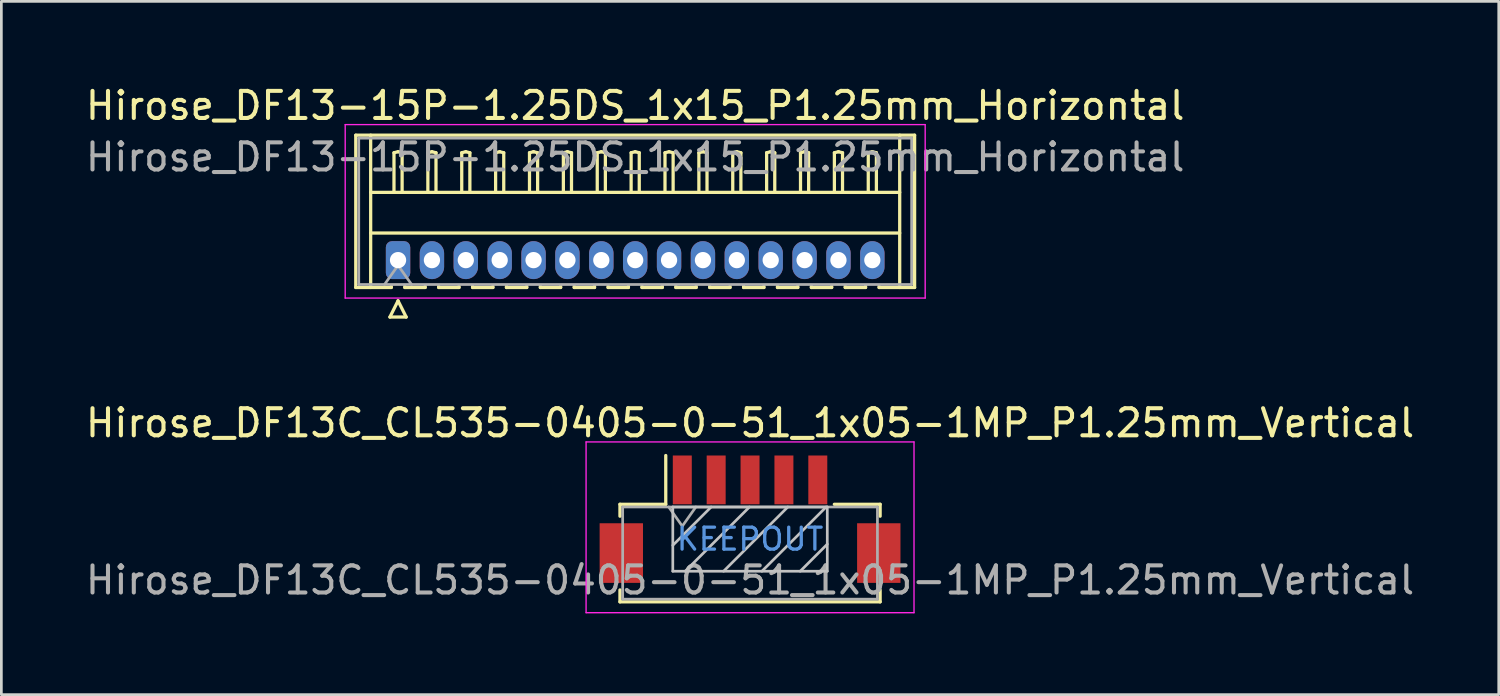
<source format=kicad_pcb>
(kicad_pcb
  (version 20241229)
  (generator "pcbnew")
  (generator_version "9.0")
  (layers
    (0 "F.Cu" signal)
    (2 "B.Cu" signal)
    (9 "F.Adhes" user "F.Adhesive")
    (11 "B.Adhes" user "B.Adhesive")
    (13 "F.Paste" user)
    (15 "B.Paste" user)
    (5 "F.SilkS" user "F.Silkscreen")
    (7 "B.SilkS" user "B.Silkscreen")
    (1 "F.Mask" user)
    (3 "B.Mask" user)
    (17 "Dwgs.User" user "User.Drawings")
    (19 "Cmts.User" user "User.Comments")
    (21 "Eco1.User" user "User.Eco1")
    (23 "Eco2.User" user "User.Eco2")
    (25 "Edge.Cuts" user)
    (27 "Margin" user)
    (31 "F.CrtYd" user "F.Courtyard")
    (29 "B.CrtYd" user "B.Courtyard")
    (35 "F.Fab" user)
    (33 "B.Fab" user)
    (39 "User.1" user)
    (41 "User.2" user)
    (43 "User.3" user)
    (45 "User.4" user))
  (footprint "Hirose_DF13-15P-1.25DS_1x15_P1.25mm_Horizontal"
    (layer "F.Cu")
    (at 11.637 6.548)
    (property "Reference" "Hirose_DF13-15P-1.25DS_1x15_P1.25mm_Horizontal" (at 8.75 -5.7 0) (layer "F.SilkS") (effects (font (size 1 1) (thickness 0.15))))
    (attr through_hole)
    (fp_line (start -1.56 -4.61) (end 19.06 -4.61) (stroke (width 0.12) (type solid)) (layer "F.SilkS"))
    (fp_line (start -1.56 1.01) (end -1.56 -4.61) (stroke (width 0.12) (type solid)) (layer "F.SilkS"))
    (fp_line (start -1.01 -4.61) (end -1.01 1.01) (stroke (width 0.12) (type solid)) (layer "F.SilkS"))
    (fp_line (start -1.01 -2.5) (end 18.51 -2.5) (stroke (width 0.12) (type solid)) (layer "F.SilkS"))
    (fp_line (start -1.01 -1) (end 18.51 -1) (stroke (width 0.12) (type solid)) (layer "F.SilkS"))
    (fp_line (start -0.3 2.1) (end 0.3 2.1) (stroke (width 0.12) (type solid)) (layer "F.SilkS"))
    (fp_line (start -0.25 0.96) (end -0.25 1.01) (stroke (width 0.12) (type solid)) (layer "F.SilkS"))
    (fp_line (start -0.25 1.01) (end -1.56 1.01) (stroke (width 0.12) (type solid)) (layer "F.SilkS"))
    (fp_line (start -0.15 -3.962) (end 0 -4) (stroke (width 0.12) (type solid)) (layer "F.SilkS"))
    (fp_line (start -0.15 -2.5) (end -0.15 -3.962) (stroke (width 0.12) (type solid)) (layer "F.SilkS"))
    (fp_line (start 0 -4) (end 0.15 -3.962) (stroke (width 0.12) (type solid)) (layer "F.SilkS"))
    (fp_line (start 0 1.5) (end -0.3 2.1) (stroke (width 0.12) (type solid)) (layer "F.SilkS"))
    (fp_line (start 0.15 -3.962) (end 0.15 -2.5) (stroke (width 0.12) (type solid)) (layer "F.SilkS"))
    (fp_line (start 0.25 0.96) (end 0.25 1.01) (stroke (width 0.12) (type solid)) (layer "F.SilkS"))
    (fp_line (start 0.25 1.01) (end 1 1.01) (stroke (width 0.12) (type solid)) (layer "F.SilkS"))
    (fp_line (start 0.3 2.1) (end 0 1.5) (stroke (width 0.12) (type solid)) (layer "F.SilkS"))
    (fp_line (start 1 1.01) (end 1 0.96) (stroke (width 0.12) (type solid)) (layer "F.SilkS"))
    (fp_line (start 1.1 -3.962) (end 1.25 -4) (stroke (width 0.12) (type solid)) (layer "F.SilkS"))
    (fp_line (start 1.1 -2.5) (end 1.1 -3.962) (stroke (width 0.12) (type solid)) (layer "F.SilkS"))
    (fp_line (start 1.25 -4) (end 1.4 -3.962) (stroke (width 0.12) (type solid)) (layer "F.SilkS"))
    (fp_line (start 1.4 -3.962) (end 1.4 -2.5) (stroke (width 0.12) (type solid)) (layer "F.SilkS"))
    (fp_line (start 1.5 0.96) (end 1.5 1.01) (stroke (width 0.12) (type solid)) (layer "F.SilkS"))
    (fp_line (start 1.5 1.01) (end 2.25 1.01) (stroke (width 0.12) (type solid)) (layer "F.SilkS"))
    (fp_line (start 2.25 1.01) (end 2.25 0.96) (stroke (width 0.12) (type solid)) (layer "F.SilkS"))
    (fp_line (start 2.35 -3.962) (end 2.5 -4) (stroke (width 0.12) (type solid)) (layer "F.SilkS"))
    (fp_line (start 2.35 -2.5) (end 2.35 -3.962) (stroke (width 0.12) (type solid)) (layer "F.SilkS"))
    (fp_line (start 2.5 -4) (end 2.65 -3.962) (stroke (width 0.12) (type solid)) (layer "F.SilkS"))
    (fp_line (start 2.65 -3.962) (end 2.65 -2.5) (stroke (width 0.12) (type solid)) (layer "F.SilkS"))
    (fp_line (start 2.75 0.96) (end 2.75 1.01) (stroke (width 0.12) (type solid)) (layer "F.SilkS"))
    (fp_line (start 2.75 1.01) (end 3.5 1.01) (stroke (width 0.12) (type solid)) (layer "F.SilkS"))
    (fp_line (start 3.5 1.01) (end 3.5 0.96) (stroke (width 0.12) (type solid)) (layer "F.SilkS"))
    (fp_line (start 3.6 -3.962) (end 3.75 -4) (stroke (width 0.12) (type solid)) (layer "F.SilkS"))
    (fp_line (start 3.6 -2.5) (end 3.6 -3.962) (stroke (width 0.12) (type solid)) (layer "F.SilkS"))
    (fp_line (start 3.75 -4) (end 3.9 -3.962) (stroke (width 0.12) (type solid)) (layer "F.SilkS"))
    (fp_line (start 3.9 -3.962) (end 3.9 -2.5) (stroke (width 0.12) (type solid)) (layer "F.SilkS"))
    (fp_line (start 4 0.96) (end 4 1.01) (stroke (width 0.12) (type solid)) (layer "F.SilkS"))
    (fp_line (start 4 1.01) (end 4.75 1.01) (stroke (width 0.12) (type solid)) (layer "F.SilkS"))
    (fp_line (start 4.75 1.01) (end 4.75 0.96) (stroke (width 0.12) (type solid)) (layer "F.SilkS"))
    (fp_line (start 4.85 -3.962) (end 5 -4) (stroke (width 0.12) (type solid)) (layer "F.SilkS"))
    (fp_line (start 4.85 -2.5) (end 4.85 -3.962) (stroke (width 0.12) (type solid)) (layer "F.SilkS"))
    (fp_line (start 5 -4) (end 5.15 -3.962) (stroke (width 0.12) (type solid)) (layer "F.SilkS"))
    (fp_line (start 5.15 -3.962) (end 5.15 -2.5) (stroke (width 0.12) (type solid)) (layer "F.SilkS"))
    (fp_line (start 5.25 0.96) (end 5.25 1.01) (stroke (width 0.12) (type solid)) (layer "F.SilkS"))
    (fp_line (start 5.25 1.01) (end 6 1.01) (stroke (width 0.12) (type solid)) (layer "F.SilkS"))
    (fp_line (start 6 1.01) (end 6 0.96) (stroke (width 0.12) (type solid)) (layer "F.SilkS"))
    (fp_line (start 6.1 -3.962) (end 6.25 -4) (stroke (width 0.12) (type solid)) (layer "F.SilkS"))
    (fp_line (start 6.1 -2.5) (end 6.1 -3.962) (stroke (width 0.12) (type solid)) (layer "F.SilkS"))
    (fp_line (start 6.25 -4) (end 6.4 -3.962) (stroke (width 0.12) (type solid)) (layer "F.SilkS"))
    (fp_line (start 6.4 -3.962) (end 6.4 -2.5) (stroke (width 0.12) (type solid)) (layer "F.SilkS"))
    (fp_line (start 6.5 0.96) (end 6.5 1.01) (stroke (width 0.12) (type solid)) (layer "F.SilkS"))
    (fp_line (start 6.5 1.01) (end 7.25 1.01) (stroke (width 0.12) (type solid)) (layer "F.SilkS"))
    (fp_line (start 7.25 1.01) (end 7.25 0.96) (stroke (width 0.12) (type solid)) (layer "F.SilkS"))
    (fp_line (start 7.35 -3.962) (end 7.5 -4) (stroke (width 0.12) (type solid)) (layer "F.SilkS"))
    (fp_line (start 7.35 -2.5) (end 7.35 -3.962) (stroke (width 0.12) (type solid)) (layer "F.SilkS"))
    (fp_line (start 7.5 -4) (end 7.65 -3.962) (stroke (width 0.12) (type solid)) (layer "F.SilkS"))
    (fp_line (start 7.65 -3.962) (end 7.65 -2.5) (stroke (width 0.12) (type solid)) (layer "F.SilkS"))
    (fp_line (start 7.75 0.96) (end 7.75 1.01) (stroke (width 0.12) (type solid)) (layer "F.SilkS"))
    (fp_line (start 7.75 1.01) (end 8.5 1.01) (stroke (width 0.12) (type solid)) (layer "F.SilkS"))
    (fp_line (start 8.5 1.01) (end 8.5 0.96) (stroke (width 0.12) (type solid)) (layer "F.SilkS"))
    (fp_line (start 8.6 -3.962) (end 8.75 -4) (stroke (width 0.12) (type solid)) (layer "F.SilkS"))
    (fp_line (start 8.6 -2.5) (end 8.6 -3.962) (stroke (width 0.12) (type solid)) (layer "F.SilkS"))
    (fp_line (start 8.75 -4) (end 8.9 -3.962) (stroke (width 0.12) (type solid)) (layer "F.SilkS"))
    (fp_line (start 8.9 -3.962) (end 8.9 -2.5) (stroke (width 0.12) (type solid)) (layer "F.SilkS"))
    (fp_line (start 9 0.96) (end 9 1.01) (stroke (width 0.12) (type solid)) (layer "F.SilkS"))
    (fp_line (start 9 1.01) (end 9.75 1.01) (stroke (width 0.12) (type solid)) (layer "F.SilkS"))
    (fp_line (start 9.75 1.01) (end 9.75 0.96) (stroke (width 0.12) (type solid)) (layer "F.SilkS"))
    (fp_line (start 9.85 -3.962) (end 10 -4) (stroke (width 0.12) (type solid)) (layer "F.SilkS"))
    (fp_line (start 9.85 -2.5) (end 9.85 -3.962) (stroke (width 0.12) (type solid)) (layer "F.SilkS"))
    (fp_line (start 10 -4) (end 10.15 -3.962) (stroke (width 0.12) (type solid)) (layer "F.SilkS"))
    (fp_line (start 10.15 -3.962) (end 10.15 -2.5) (stroke (width 0.12) (type solid)) (layer "F.SilkS"))
    (fp_line (start 10.25 0.96) (end 10.25 1.01) (stroke (width 0.12) (type solid)) (layer "F.SilkS"))
    (fp_line (start 10.25 1.01) (end 11 1.01) (stroke (width 0.12) (type solid)) (layer "F.SilkS"))
    (fp_line (start 11 1.01) (end 11 0.96) (stroke (width 0.12) (type solid)) (layer "F.SilkS"))
    (fp_line (start 11.1 -3.962) (end 11.25 -4) (stroke (width 0.12) (type solid)) (layer "F.SilkS"))
    (fp_line (start 11.1 -2.5) (end 11.1 -3.962) (stroke (width 0.12) (type solid)) (layer "F.SilkS"))
    (fp_line (start 11.25 -4) (end 11.4 -3.962) (stroke (width 0.12) (type solid)) (layer "F.SilkS"))
    (fp_line (start 11.4 -3.962) (end 11.4 -2.5) (stroke (width 0.12) (type solid)) (layer "F.SilkS"))
    (fp_line (start 11.5 0.96) (end 11.5 1.01) (stroke (width 0.12) (type solid)) (layer "F.SilkS"))
    (fp_line (start 11.5 1.01) (end 12.25 1.01) (stroke (width 0.12) (type solid)) (layer "F.SilkS"))
    (fp_line (start 12.25 1.01) (end 12.25 0.96) (stroke (width 0.12) (type solid)) (layer "F.SilkS"))
    (fp_line (start 12.35 -3.962) (end 12.5 -4) (stroke (width 0.12) (type solid)) (layer "F.SilkS"))
    (fp_line (start 12.35 -2.5) (end 12.35 -3.962) (stroke (width 0.12) (type solid)) (layer "F.SilkS"))
    (fp_line (start 12.5 -4) (end 12.65 -3.962) (stroke (width 0.12) (type solid)) (layer "F.SilkS"))
    (fp_line (start 12.65 -3.962) (end 12.65 -2.5) (stroke (width 0.12) (type solid)) (layer "F.SilkS"))
    (fp_line (start 12.75 0.96) (end 12.75 1.01) (stroke (width 0.12) (type solid)) (layer "F.SilkS"))
    (fp_line (start 12.75 1.01) (end 13.5 1.01) (stroke (width 0.12) (type solid)) (layer "F.SilkS"))
    (fp_line (start 13.5 1.01) (end 13.5 0.96) (stroke (width 0.12) (type solid)) (layer "F.SilkS"))
    (fp_line (start 13.6 -3.962) (end 13.75 -4) (stroke (width 0.12) (type solid)) (layer "F.SilkS"))
    (fp_line (start 13.6 -2.5) (end 13.6 -3.962) (stroke (width 0.12) (type solid)) (layer "F.SilkS"))
    (fp_line (start 13.75 -4) (end 13.9 -3.962) (stroke (width 0.12) (type solid)) (layer "F.SilkS"))
    (fp_line (start 13.9 -3.962) (end 13.9 -2.5) (stroke (width 0.12) (type solid)) (layer "F.SilkS"))
    (fp_line (start 14 0.96) (end 14 1.01) (stroke (width 0.12) (type solid)) (layer "F.SilkS"))
    (fp_line (start 14 1.01) (end 14.75 1.01) (stroke (width 0.12) (type solid)) (layer "F.SilkS"))
    (fp_line (start 14.75 1.01) (end 14.75 0.96) (stroke (width 0.12) (type solid)) (layer "F.SilkS"))
    (fp_line (start 14.85 -3.962) (end 15 -4) (stroke (width 0.12) (type solid)) (layer "F.SilkS"))
    (fp_line (start 14.85 -2.5) (end 14.85 -3.962) (stroke (width 0.12) (type solid)) (layer "F.SilkS"))
    (fp_line (start 15 -4) (end 15.15 -3.962) (stroke (width 0.12) (type solid)) (layer "F.SilkS"))
    (fp_line (start 15.15 -3.962) (end 15.15 -2.5) (stroke (width 0.12) (type solid)) (layer "F.SilkS"))
    (fp_line (start 15.25 0.96) (end 15.25 1.01) (stroke (width 0.12) (type solid)) (layer "F.SilkS"))
    (fp_line (start 15.25 1.01) (end 16 1.01) (stroke (width 0.12) (type solid)) (layer "F.SilkS"))
    (fp_line (start 16 1.01) (end 16 0.96) (stroke (width 0.12) (type solid)) (layer "F.SilkS"))
    (fp_line (start 16.1 -3.962) (end 16.25 -4) (stroke (width 0.12) (type solid)) (layer "F.SilkS"))
    (fp_line (start 16.1 -2.5) (end 16.1 -3.962) (stroke (width 0.12) (type solid)) (layer "F.SilkS"))
    (fp_line (start 16.25 -4) (end 16.4 -3.962) (stroke (width 0.12) (type solid)) (layer "F.SilkS"))
    (fp_line (start 16.4 -3.962) (end 16.4 -2.5) (stroke (width 0.12) (type solid)) (layer "F.SilkS"))
    (fp_line (start 16.5 0.96) (end 16.5 1.01) (stroke (width 0.12) (type solid)) (layer "F.SilkS"))
    (fp_line (start 16.5 1.01) (end 17.25 1.01) (stroke (width 0.12) (type solid)) (layer "F.SilkS"))
    (fp_line (start 17.25 1.01) (end 17.25 0.96) (stroke (width 0.12) (type solid)) (layer "F.SilkS"))
    (fp_line (start 17.35 -3.962) (end 17.5 -4) (stroke (width 0.12) (type solid)) (layer "F.SilkS"))
    (fp_line (start 17.35 -2.5) (end 17.35 -3.962) (stroke (width 0.12) (type solid)) (layer "F.SilkS"))
    (fp_line (start 17.5 -4) (end 17.65 -3.962) (stroke (width 0.12) (type solid)) (layer "F.SilkS"))
    (fp_line (start 17.65 -3.962) (end 17.65 -2.5) (stroke (width 0.12) (type solid)) (layer "F.SilkS"))
    (fp_line (start 17.75 1.01) (end 17.75 0.96) (stroke (width 0.12) (type solid)) (layer "F.SilkS"))
    (fp_line (start 18.51 -4.61) (end 18.51 1.01) (stroke (width 0.12) (type solid)) (layer "F.SilkS"))
    (fp_line (start 19.06 -4.61) (end 19.06 1.01) (stroke (width 0.12) (type solid)) (layer "F.SilkS"))
    (fp_line (start 19.06 1.01) (end 17.75 1.01) (stroke (width 0.12) (type solid)) (layer "F.SilkS"))
    (fp_line (start -1.95 -5) (end -1.95 1.4) (stroke (width 0.05) (type solid)) (layer "F.CrtYd"))
    (fp_line (start -1.95 1.4) (end 19.45 1.4) (stroke (width 0.05) (type solid)) (layer "F.CrtYd"))
    (fp_line (start 19.45 -5) (end -1.95 -5) (stroke (width 0.05) (type solid)) (layer "F.CrtYd"))
    (fp_line (start 19.45 1.4) (end 19.45 -5) (stroke (width 0.05) (type solid)) (layer "F.CrtYd"))
    (fp_line (start -1.45 -4.5) (end -1.45 0.9) (stroke (width 0.1) (type solid)) (layer "F.Fab"))
    (fp_line (start -1.45 0.9) (end 18.95 0.9) (stroke (width 0.1) (type solid)) (layer "F.Fab"))
    (fp_line (start -0.5 0.9) (end 0 0.193) (stroke (width 0.1) (type solid)) (layer "F.Fab"))
    (fp_line (start 0 0.193) (end 0.5 0.9) (stroke (width 0.1) (type solid)) (layer "F.Fab"))
    (fp_line (start 18.95 -4.5) (end -1.45 -4.5) (stroke (width 0.1) (type solid)) (layer "F.Fab"))
    (fp_line (start 18.95 0.9) (end 18.95 -4.5) (stroke (width 0.1) (type solid)) (layer "F.Fab"))
    (fp_text user "${REFERENCE}" (at 8.75 -3.8 0) (layer "F.Fab") (effects (font (size 1 1) (thickness 0.15))))
    (pad "1" thru_hole roundrect (at 0 0) (size 0.9 1.4) (drill 0.6) (layers "*.Cu" "*.Mask") (roundrect_rratio 0.25))
    (pad "2" thru_hole oval (at 1.25 0) (size 0.9 1.4) (drill 0.6) (layers "*.Cu" "*.Mask"))
    (pad "3" thru_hole oval (at 2.5 0) (size 0.9 1.4) (drill 0.6) (layers "*.Cu" "*.Mask"))
    (pad "4" thru_hole oval (at 3.75 0) (size 0.9 1.4) (drill 0.6) (layers "*.Cu" "*.Mask"))
    (pad "5" thru_hole oval (at 5 0) (size 0.9 1.4) (drill 0.6) (layers "*.Cu" "*.Mask"))
    (pad "6" thru_hole oval (at 6.25 0) (size 0.9 1.4) (drill 0.6) (layers "*.Cu" "*.Mask"))
    (pad "7" thru_hole oval (at 7.5 0) (size 0.9 1.4) (drill 0.6) (layers "*.Cu" "*.Mask"))
    (pad "8" thru_hole oval (at 8.75 0) (size 0.9 1.4) (drill 0.6) (layers "*.Cu" "*.Mask"))
    (pad "9" thru_hole oval (at 10 0) (size 0.9 1.4) (drill 0.6) (layers "*.Cu" "*.Mask"))
    (pad "10" thru_hole oval (at 11.25 0) (size 0.9 1.4) (drill 0.6) (layers "*.Cu" "*.Mask"))
    (pad "11" thru_hole oval (at 12.5 0) (size 0.9 1.4) (drill 0.6) (layers "*.Cu" "*.Mask"))
    (pad "12" thru_hole oval (at 13.75 0) (size 0.9 1.4) (drill 0.6) (layers "*.Cu" "*.Mask"))
    (pad "13" thru_hole oval (at 15 0) (size 0.9 1.4) (drill 0.6) (layers "*.Cu" "*.Mask"))
    (pad "14" thru_hole oval (at 16.25 0) (size 0.9 1.4) (drill 0.6) (layers "*.Cu" "*.Mask"))
    (pad "15" thru_hole oval (at 17.5 0) (size 0.9 1.4) (drill 0.6) (layers "*.Cu" "*.Mask")))
  (footprint "Hirose_DF13C_CL535-0405-0-51_1x05-1MP_P1.25mm_Vertical"
    (layer "F.Cu")
    (at 24.625 16.107)
    (property "Reference" "Hirose_DF13C_CL535-0405-0-51_1x05-1MP_P1.25mm_Vertical" (at 0 -3.55 0) (layer "F.SilkS") (effects (font (size 1 1) (thickness 0.15))))
    (attr smd)
    (fp_line (start -4.8 -0.55) (end -4.8 -0.11) (stroke (width 0.12) (type solid)) (layer "F.SilkS"))
    (fp_line (start -4.8 2.61) (end -4.8 3.05) (stroke (width 0.12) (type solid)) (layer "F.SilkS"))
    (fp_line (start -4.8 3.05) (end 4.8 3.05) (stroke (width 0.12) (type solid)) (layer "F.SilkS"))
    (fp_line (start -3.11 -0.55) (end -4.8 -0.55) (stroke (width 0.12) (type solid)) (layer "F.SilkS"))
    (fp_line (start -3.11 -0.55) (end -3.11 -2.35) (stroke (width 0.12) (type solid)) (layer "F.SilkS"))
    (fp_line (start 3.11 -0.55) (end 4.8 -0.55) (stroke (width 0.12) (type solid)) (layer "F.SilkS"))
    (fp_line (start 4.8 -0.55) (end 4.8 -0.11) (stroke (width 0.12) (type solid)) (layer "F.SilkS"))
    (fp_line (start 4.8 3.05) (end 4.8 2.61) (stroke (width 0.12) (type solid)) (layer "F.SilkS"))
    (fp_line (start -2.85 -0.45) (end -2.85 1.92) (stroke (width 0.1) (type solid)) (layer "Dwgs.User"))
    (fp_line (start -2.85 1.92) (end 2.85 1.92) (stroke (width 0.1) (type solid)) (layer "Dwgs.User"))
    (fp_line (start -1.436 -0.45) (end -2.85 0.964) (stroke (width 0.1) (type solid)) (layer "Dwgs.User"))
    (fp_line (start -0.022 -0.45) (end -2.392 1.92) (stroke (width 0.1) (type solid)) (layer "Dwgs.User"))
    (fp_line (start 1.393 -0.45) (end -0.977 1.92) (stroke (width 0.1) (type solid)) (layer "Dwgs.User"))
    (fp_line (start 2.807 -0.45) (end 0.437 1.92) (stroke (width 0.1) (type solid)) (layer "Dwgs.User"))
    (fp_line (start 2.85 -0.45) (end -2.85 -0.45) (stroke (width 0.1) (type solid)) (layer "Dwgs.User"))
    (fp_line (start 2.85 0.921) (end 1.851 1.92) (stroke (width 0.1) (type solid)) (layer "Dwgs.User"))
    (fp_line (start 2.85 1.92) (end 2.85 -0.45) (stroke (width 0.1) (type solid)) (layer "Dwgs.User"))
    (fp_line (start -6.05 -2.85) (end -6.05 3.45) (stroke (width 0.05) (type solid)) (layer "F.CrtYd"))
    (fp_line (start -6.05 3.45) (end 6.05 3.45) (stroke (width 0.05) (type solid)) (layer "F.CrtYd"))
    (fp_line (start 6.05 -2.85) (end -6.05 -2.85) (stroke (width 0.05) (type solid)) (layer "F.CrtYd"))
    (fp_line (start 6.05 3.45) (end 6.05 -2.85) (stroke (width 0.05) (type solid)) (layer "F.CrtYd"))
    (fp_line (start -4.7 -0.45) (end -4.7 2.95) (stroke (width 0.1) (type solid)) (layer "F.Fab"))
    (fp_line (start -4.7 2.95) (end 4.7 2.95) (stroke (width 0.1) (type solid)) (layer "F.Fab"))
    (fp_line (start -3 -0.45) (end -2.5 0.257) (stroke (width 0.1) (type solid)) (layer "F.Fab"))
    (fp_line (start -2.5 0.257) (end -2 -0.45) (stroke (width 0.1) (type solid)) (layer "F.Fab"))
    (fp_line (start 4.7 -0.45) (end -4.7 -0.45) (stroke (width 0.1) (type solid)) (layer "F.Fab"))
    (fp_line (start 4.7 2.95) (end 4.7 -0.45) (stroke (width 0.1) (type solid)) (layer "F.Fab"))
    (fp_text user "KEEPOUT" (at 0 0.735 0) (layer "Cmts.User") (effects (font (size 0.81 0.81) (thickness 0.121))))
    (fp_text user "${REFERENCE}" (at 0 2.25 0) (layer "F.Fab") (effects (font (size 1 1) (thickness 0.15))))
    (pad "1" smd rect (at -2.5 -1.45) (size 0.7 1.8) (layers "F.Cu" "F.Mask" "F.Paste"))
    (pad "2" smd rect (at -1.25 -1.45) (size 0.7 1.8) (layers "F.Cu" "F.Mask" "F.Paste"))
    (pad "3" smd rect (at 0 -1.45) (size 0.7 1.8) (layers "F.Cu" "F.Mask" "F.Paste"))
    (pad "4" smd rect (at 1.25 -1.45) (size 0.7 1.8) (layers "F.Cu" "F.Mask" "F.Paste"))
    (pad "5" smd rect (at 2.5 -1.45) (size 0.7 1.8) (layers "F.Cu" "F.Mask" "F.Paste"))
    (pad "MP" smd rect (at -4.75 1.25) (size 1.6 2.2) (layers "F.Cu" "F.Mask" "F.Paste"))
    (pad "MP" smd rect (at 4.75 1.25) (size 1.6 2.2) (layers "F.Cu" "F.Mask" "F.Paste")))
  (gr_rect
    (start -3 -3)
    (end 52.25 22.581)
    (stroke (width 0.1) (type default))
    (fill no)
    (layer "Edge.Cuts")))
</source>
